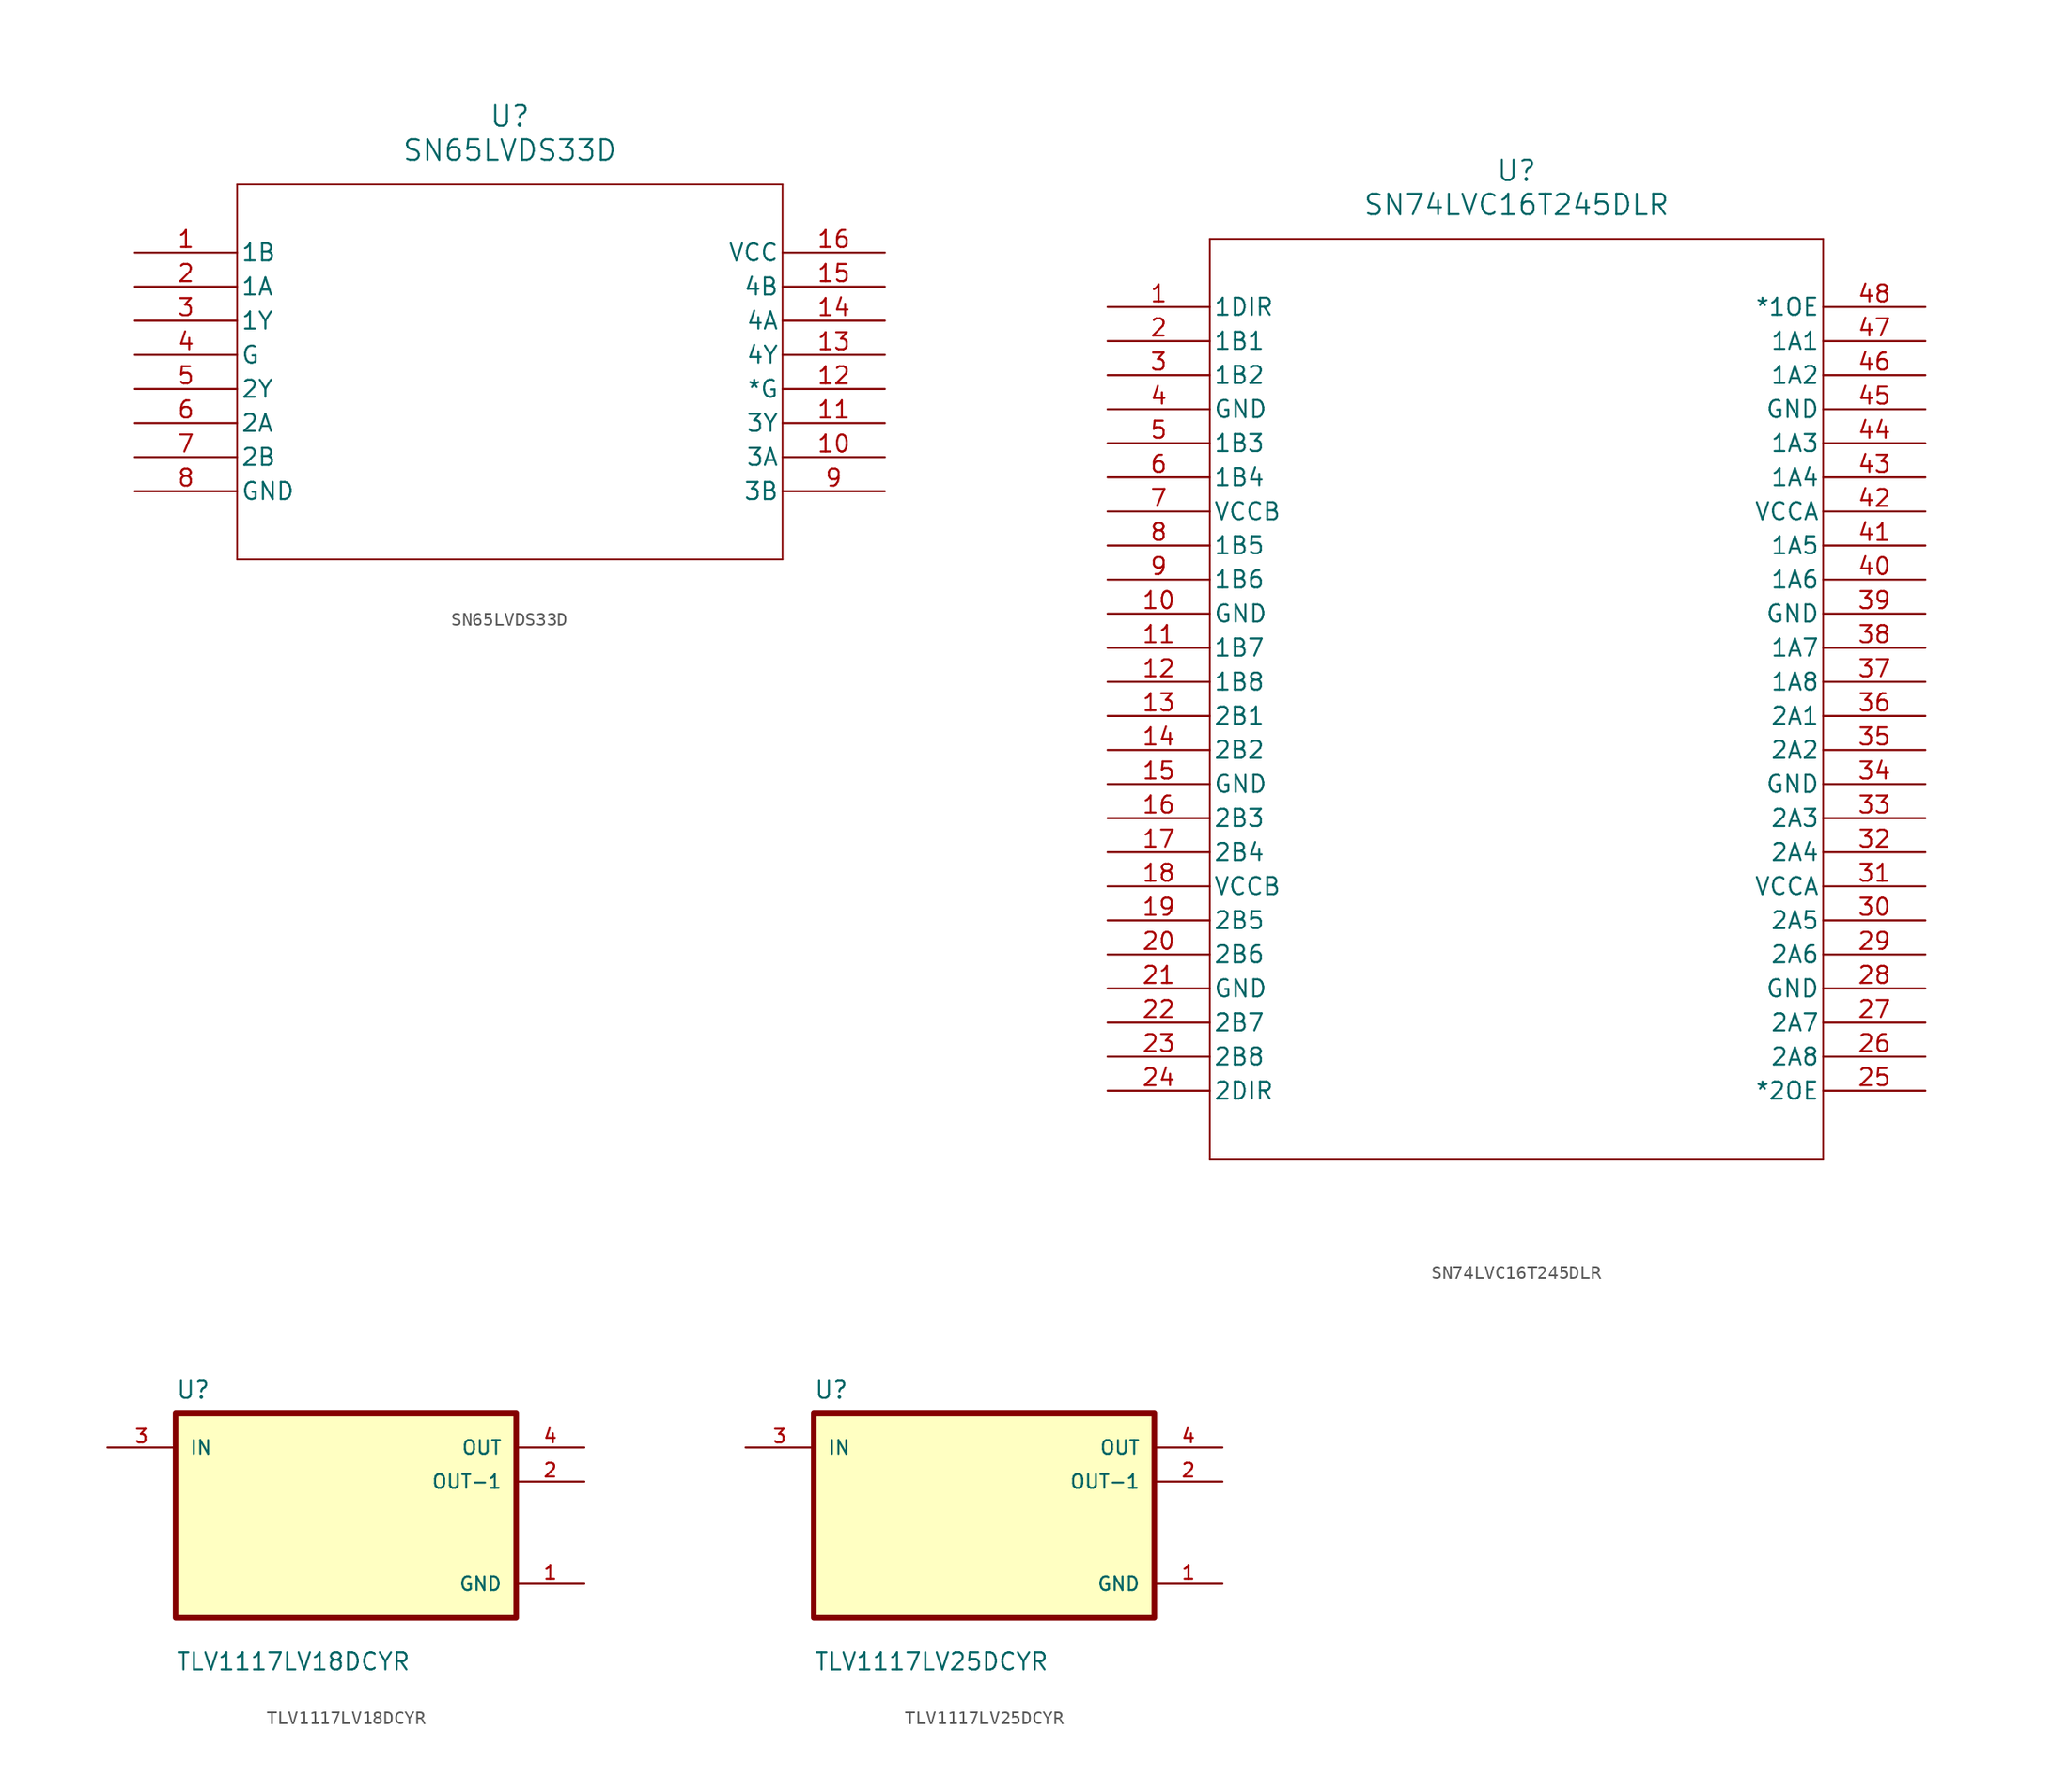
<source format=kicad_sym>
(kicad_symbol_lib
  (version 20231120)
  (generator "kicad_symbol_editor")
  (generator_version "8.0")
  (symbol "SN65LVDS33D"
    (pin_names
      (offset 0.254))
    (property "Reference" "U"
      (at 27.94 10.16 0)
      (effects (font (size 1.524 1.524))))
    (property "Value" "SN65LVDS33D"
      (at 27.94 7.62 0)
      (effects (font (size 1.524 1.524))))
    (symbol "SN65LVDS33D_0_1"
      (polyline (pts (xy 7.62 -22.86) (xy 48.26 -22.86)) (stroke (width 0.127) (type default)) (fill (type none)))
      (polyline (pts (xy 7.62 5.08) (xy 7.62 -22.86)) (stroke (width 0.127) (type default)) (fill (type none)))
      (polyline (pts (xy 48.26 -22.86) (xy 48.26 5.08)) (stroke (width 0.127) (type default)) (fill (type none)))
      (polyline (pts (xy 48.26 5.08) (xy 7.62 5.08)) (stroke (width 0.127) (type default)) (fill (type none)))
      (pin input line (at 0 0 0) (length 7.62) (name "1B" (effects (font (size 1.27 1.27)))) (number "1" (effects (font (size 1.27 1.27)))))
      (pin input line (at 55.88 -15.24 180) (length 7.62) (name "3A" (effects (font (size 1.27 1.27)))) (number "10" (effects (font (size 1.27 1.27)))))
      (pin output line (at 55.88 -12.7 180) (length 7.62) (name "3Y" (effects (font (size 1.27 1.27)))) (number "11" (effects (font (size 1.27 1.27)))))
      (pin unspecified line (at 55.88 -10.16 180) (length 7.62) (name "*G" (effects (font (size 1.27 1.27)))) (number "12" (effects (font (size 1.27 1.27)))))
      (pin output line (at 55.88 -7.62 180) (length 7.62) (name "4Y" (effects (font (size 1.27 1.27)))) (number "13" (effects (font (size 1.27 1.27)))))
      (pin input line (at 55.88 -5.08 180) (length 7.62) (name "4A" (effects (font (size 1.27 1.27)))) (number "14" (effects (font (size 1.27 1.27)))))
      (pin input line (at 55.88 -2.54 180) (length 7.62) (name "4B" (effects (font (size 1.27 1.27)))) (number "15" (effects (font (size 1.27 1.27)))))
      (pin power_in line (at 55.88 0 180) (length 7.62) (name "VCC" (effects (font (size 1.27 1.27)))) (number "16" (effects (font (size 1.27 1.27)))))
      (pin input line (at 0 -2.54 0) (length 7.62) (name "1A" (effects (font (size 1.27 1.27)))) (number "2" (effects (font (size 1.27 1.27)))))
      (pin output line (at 0 -5.08 0) (length 7.62) (name "1Y" (effects (font (size 1.27 1.27)))) (number "3" (effects (font (size 1.27 1.27)))))
      (pin unspecified line (at 0 -7.62 0) (length 7.62) (name "G" (effects (font (size 1.27 1.27)))) (number "4" (effects (font (size 1.27 1.27)))))
      (pin output line (at 0 -10.16 0) (length 7.62) (name "2Y" (effects (font (size 1.27 1.27)))) (number "5" (effects (font (size 1.27 1.27)))))
      (pin input line (at 0 -12.7 0) (length 7.62) (name "2A" (effects (font (size 1.27 1.27)))) (number "6" (effects (font (size 1.27 1.27)))))
      (pin input line (at 0 -15.24 0) (length 7.62) (name "2B" (effects (font (size 1.27 1.27)))) (number "7" (effects (font (size 1.27 1.27)))))
      (pin power_in line (at 0 -17.78 0) (length 7.62) (name "GND" (effects (font (size 1.27 1.27)))) (number "8" (effects (font (size 1.27 1.27)))))
      (pin input line (at 55.88 -17.78 180) (length 7.62) (name "3B" (effects (font (size 1.27 1.27)))) (number "9" (effects (font (size 1.27 1.27)))))))
  (symbol "SN74LVC16T245DLR"
    (pin_names
      (offset 0.254))
    (property "Reference" "U"
      (at 30.48 10.16 0)
      (effects (font (size 1.524 1.524))))
    (property "Value" "SN74LVC16T245DLR"
      (at 30.48 7.62 0)
      (effects (font (size 1.524 1.524))))
    (symbol "SN74LVC16T245DLR_0_1"
      (polyline (pts (xy 7.62 -63.5) (xy 53.34 -63.5)) (stroke (width 0.127) (type default)) (fill (type none)))
      (polyline (pts (xy 7.62 5.08) (xy 7.62 -63.5)) (stroke (width 0.127) (type default)) (fill (type none)))
      (polyline (pts (xy 53.34 -63.5) (xy 53.34 5.08)) (stroke (width 0.127) (type default)) (fill (type none)))
      (polyline (pts (xy 53.34 5.08) (xy 7.62 5.08)) (stroke (width 0.127) (type default)) (fill (type none)))
      (pin input line (at 0 0 0) (length 7.62) (name "1DIR" (effects (font (size 1.27 1.27)))) (number "1" (effects (font (size 1.27 1.27)))))
      (pin power_in line (at 0 -22.86 0) (length 7.62) (name "GND" (effects (font (size 1.27 1.27)))) (number "10" (effects (font (size 1.27 1.27)))))
      (pin bidirectional line (at 0 -25.4 0) (length 7.62) (name "1B7" (effects (font (size 1.27 1.27)))) (number "11" (effects (font (size 1.27 1.27)))))
      (pin bidirectional line (at 0 -27.94 0) (length 7.62) (name "1B8" (effects (font (size 1.27 1.27)))) (number "12" (effects (font (size 1.27 1.27)))))
      (pin bidirectional line (at 0 -30.48 0) (length 7.62) (name "2B1" (effects (font (size 1.27 1.27)))) (number "13" (effects (font (size 1.27 1.27)))))
      (pin bidirectional line (at 0 -33.02 0) (length 7.62) (name "2B2" (effects (font (size 1.27 1.27)))) (number "14" (effects (font (size 1.27 1.27)))))
      (pin power_in line (at 0 -35.56 0) (length 7.62) (name "GND" (effects (font (size 1.27 1.27)))) (number "15" (effects (font (size 1.27 1.27)))))
      (pin bidirectional line (at 0 -38.1 0) (length 7.62) (name "2B3" (effects (font (size 1.27 1.27)))) (number "16" (effects (font (size 1.27 1.27)))))
      (pin bidirectional line (at 0 -40.64 0) (length 7.62) (name "2B4" (effects (font (size 1.27 1.27)))) (number "17" (effects (font (size 1.27 1.27)))))
      (pin power_in line (at 0 -43.18 0) (length 7.62) (name "VCCB" (effects (font (size 1.27 1.27)))) (number "18" (effects (font (size 1.27 1.27)))))
      (pin bidirectional line (at 0 -45.72 0) (length 7.62) (name "2B5" (effects (font (size 1.27 1.27)))) (number "19" (effects (font (size 1.27 1.27)))))
      (pin bidirectional line (at 0 -2.54 0) (length 7.62) (name "1B1" (effects (font (size 1.27 1.27)))) (number "2" (effects (font (size 1.27 1.27)))))
      (pin bidirectional line (at 0 -48.26 0) (length 7.62) (name "2B6" (effects (font (size 1.27 1.27)))) (number "20" (effects (font (size 1.27 1.27)))))
      (pin power_in line (at 0 -50.8 0) (length 7.62) (name "GND" (effects (font (size 1.27 1.27)))) (number "21" (effects (font (size 1.27 1.27)))))
      (pin bidirectional line (at 0 -53.34 0) (length 7.62) (name "2B7" (effects (font (size 1.27 1.27)))) (number "22" (effects (font (size 1.27 1.27)))))
      (pin bidirectional line (at 0 -55.88 0) (length 7.62) (name "2B8" (effects (font (size 1.27 1.27)))) (number "23" (effects (font (size 1.27 1.27)))))
      (pin input line (at 0 -58.42 0) (length 7.62) (name "2DIR" (effects (font (size 1.27 1.27)))) (number "24" (effects (font (size 1.27 1.27)))))
      (pin input line (at 60.96 -58.42 180) (length 7.62) (name "*2OE" (effects (font (size 1.27 1.27)))) (number "25" (effects (font (size 1.27 1.27)))))
      (pin bidirectional line (at 60.96 -55.88 180) (length 7.62) (name "2A8" (effects (font (size 1.27 1.27)))) (number "26" (effects (font (size 1.27 1.27)))))
      (pin bidirectional line (at 60.96 -53.34 180) (length 7.62) (name "2A7" (effects (font (size 1.27 1.27)))) (number "27" (effects (font (size 1.27 1.27)))))
      (pin power_in line (at 60.96 -50.8 180) (length 7.62) (name "GND" (effects (font (size 1.27 1.27)))) (number "28" (effects (font (size 1.27 1.27)))))
      (pin bidirectional line (at 60.96 -48.26 180) (length 7.62) (name "2A6" (effects (font (size 1.27 1.27)))) (number "29" (effects (font (size 1.27 1.27)))))
      (pin bidirectional line (at 0 -5.08 0) (length 7.62) (name "1B2" (effects (font (size 1.27 1.27)))) (number "3" (effects (font (size 1.27 1.27)))))
      (pin bidirectional line (at 60.96 -45.72 180) (length 7.62) (name "2A5" (effects (font (size 1.27 1.27)))) (number "30" (effects (font (size 1.27 1.27)))))
      (pin power_in line (at 60.96 -43.18 180) (length 7.62) (name "VCCA" (effects (font (size 1.27 1.27)))) (number "31" (effects (font (size 1.27 1.27)))))
      (pin bidirectional line (at 60.96 -40.64 180) (length 7.62) (name "2A4" (effects (font (size 1.27 1.27)))) (number "32" (effects (font (size 1.27 1.27)))))
      (pin bidirectional line (at 60.96 -38.1 180) (length 7.62) (name "2A3" (effects (font (size 1.27 1.27)))) (number "33" (effects (font (size 1.27 1.27)))))
      (pin power_in line (at 60.96 -35.56 180) (length 7.62) (name "GND" (effects (font (size 1.27 1.27)))) (number "34" (effects (font (size 1.27 1.27)))))
      (pin bidirectional line (at 60.96 -33.02 180) (length 7.62) (name "2A2" (effects (font (size 1.27 1.27)))) (number "35" (effects (font (size 1.27 1.27)))))
      (pin bidirectional line (at 60.96 -30.48 180) (length 7.62) (name "2A1" (effects (font (size 1.27 1.27)))) (number "36" (effects (font (size 1.27 1.27)))))
      (pin bidirectional line (at 60.96 -27.94 180) (length 7.62) (name "1A8" (effects (font (size 1.27 1.27)))) (number "37" (effects (font (size 1.27 1.27)))))
      (pin bidirectional line (at 60.96 -25.4 180) (length 7.62) (name "1A7" (effects (font (size 1.27 1.27)))) (number "38" (effects (font (size 1.27 1.27)))))
      (pin power_in line (at 60.96 -22.86 180) (length 7.62) (name "GND" (effects (font (size 1.27 1.27)))) (number "39" (effects (font (size 1.27 1.27)))))
      (pin power_in line (at 0 -7.62 0) (length 7.62) (name "GND" (effects (font (size 1.27 1.27)))) (number "4" (effects (font (size 1.27 1.27)))))
      (pin bidirectional line (at 60.96 -20.32 180) (length 7.62) (name "1A6" (effects (font (size 1.27 1.27)))) (number "40" (effects (font (size 1.27 1.27)))))
      (pin bidirectional line (at 60.96 -17.78 180) (length 7.62) (name "1A5" (effects (font (size 1.27 1.27)))) (number "41" (effects (font (size 1.27 1.27)))))
      (pin power_in line (at 60.96 -15.24 180) (length 7.62) (name "VCCA" (effects (font (size 1.27 1.27)))) (number "42" (effects (font (size 1.27 1.27)))))
      (pin bidirectional line (at 60.96 -12.7 180) (length 7.62) (name "1A4" (effects (font (size 1.27 1.27)))) (number "43" (effects (font (size 1.27 1.27)))))
      (pin bidirectional line (at 60.96 -10.16 180) (length 7.62) (name "1A3" (effects (font (size 1.27 1.27)))) (number "44" (effects (font (size 1.27 1.27)))))
      (pin power_in line (at 60.96 -7.62 180) (length 7.62) (name "GND" (effects (font (size 1.27 1.27)))) (number "45" (effects (font (size 1.27 1.27)))))
      (pin bidirectional line (at 60.96 -5.08 180) (length 7.62) (name "1A2" (effects (font (size 1.27 1.27)))) (number "46" (effects (font (size 1.27 1.27)))))
      (pin bidirectional line (at 60.96 -2.54 180) (length 7.62) (name "1A1" (effects (font (size 1.27 1.27)))) (number "47" (effects (font (size 1.27 1.27)))))
      (pin input line (at 60.96 0 180) (length 7.62) (name "*1OE" (effects (font (size 1.27 1.27)))) (number "48" (effects (font (size 1.27 1.27)))))
      (pin bidirectional line (at 0 -10.16 0) (length 7.62) (name "1B3" (effects (font (size 1.27 1.27)))) (number "5" (effects (font (size 1.27 1.27)))))
      (pin bidirectional line (at 0 -12.7 0) (length 7.62) (name "1B4" (effects (font (size 1.27 1.27)))) (number "6" (effects (font (size 1.27 1.27)))))
      (pin power_in line (at 0 -15.24 0) (length 7.62) (name "VCCB" (effects (font (size 1.27 1.27)))) (number "7" (effects (font (size 1.27 1.27)))))
      (pin bidirectional line (at 0 -17.78 0) (length 7.62) (name "1B5" (effects (font (size 1.27 1.27)))) (number "8" (effects (font (size 1.27 1.27)))))
      (pin bidirectional line (at 0 -20.32 0) (length 7.62) (name "1B6" (effects (font (size 1.27 1.27)))) (number "9" (effects (font (size 1.27 1.27)))))))
  (symbol "TLV1117LV18DCYR"
    (pin_names
      (offset 1.016))
    (property "Reference" "U"
      (at -12.7 8.62 0)
      (effects (font (size 1.27 1.27)) (justify left bottom)))
    (property "Value" "TLV1117LV18DCYR"
      (at -12.7 -11.62 0)
      (effects (font (size 1.27 1.27)) (justify left bottom)))
    (symbol "TLV1117LV18DCYR_0_0"
      (rectangle (start -12.7 -7.62) (end 12.7 7.62) (stroke (width 0.41) (type default)) (fill (type background)))
      (pin power_in line (at 17.78 -5.08 180) (length 5.08) (name "GND" (effects (font (size 1.016 1.016)))) (number "1" (effects (font (size 1.016 1.016)))))
      (pin output line (at 17.78 2.54 180) (length 5.08) (name "OUT-1" (effects (font (size 1.016 1.016)))) (number "2" (effects (font (size 1.016 1.016)))))
      (pin input line (at -17.78 5.08 0) (length 5.08) (name "IN" (effects (font (size 1.016 1.016)))) (number "3" (effects (font (size 1.016 1.016)))))
      (pin output line (at 17.78 5.08 180) (length 5.08) (name "OUT" (effects (font (size 1.016 1.016)))) (number "4" (effects (font (size 1.016 1.016)))))))
  (symbol "TLV1117LV25DCYR"
    (pin_names
      (offset 1.016))
    (property "Reference" "U"
      (at -12.7 8.62 0)
      (effects (font (size 1.27 1.27)) (justify left bottom)))
    (property "Value" "TLV1117LV25DCYR"
      (at -12.7 -11.62 0)
      (effects (font (size 1.27 1.27)) (justify left bottom)))
    (symbol "TLV1117LV25DCYR_0_0"
      (rectangle (start -12.7 -7.62) (end 12.7 7.62) (stroke (width 0.41) (type default)) (fill (type background)))
      (pin power_in line (at 17.78 -5.08 180) (length 5.08) (name "GND" (effects (font (size 1.016 1.016)))) (number "1" (effects (font (size 1.016 1.016)))))
      (pin output line (at 17.78 2.54 180) (length 5.08) (name "OUT-1" (effects (font (size 1.016 1.016)))) (number "2" (effects (font (size 1.016 1.016)))))
      (pin input line (at -17.78 5.08 0) (length 5.08) (name "IN" (effects (font (size 1.016 1.016)))) (number "3" (effects (font (size 1.016 1.016)))))
      (pin output line (at 17.78 5.08 180) (length 5.08) (name "OUT" (effects (font (size 1.016 1.016)))) (number "4" (effects (font (size 1.016 1.016))))))))
</source>
